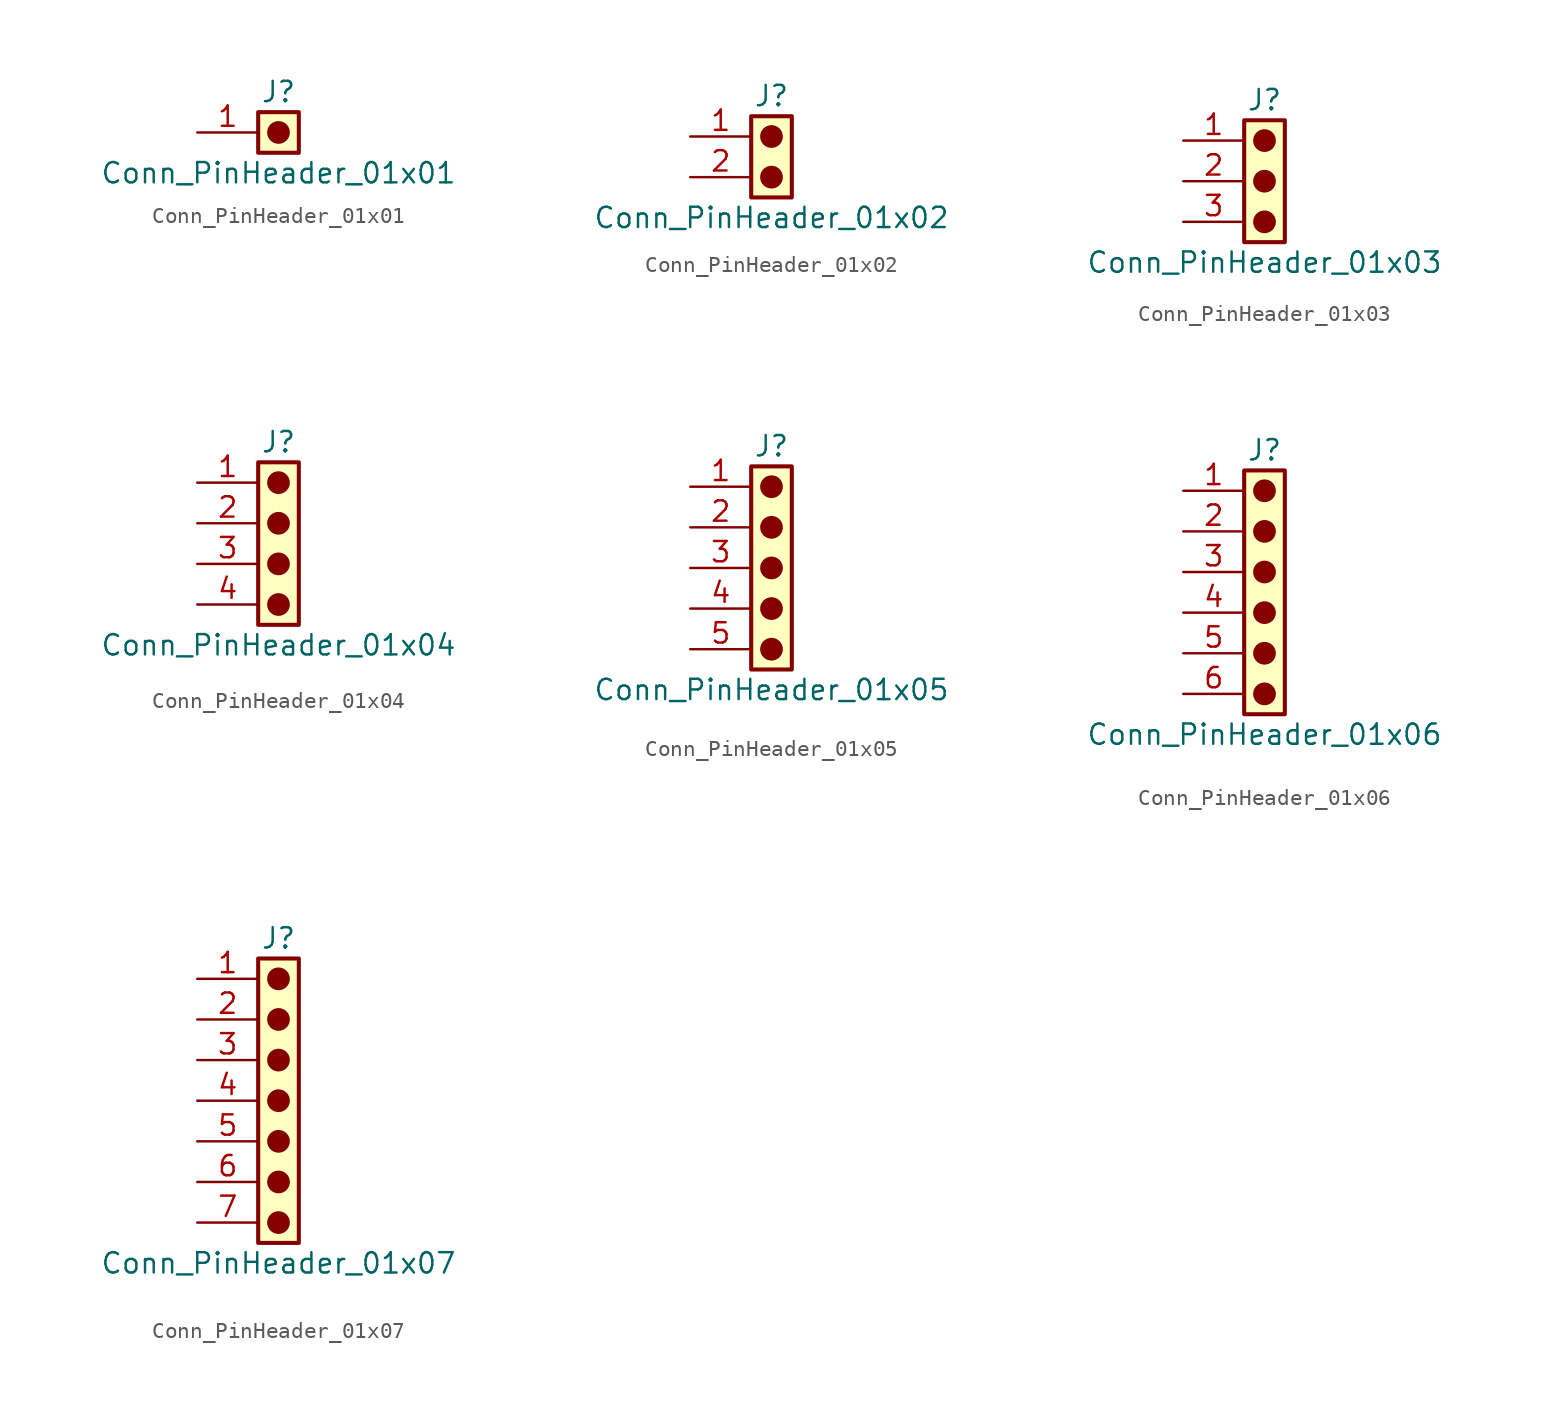
<source format=kicad_sym>
(kicad_symbol_lib
  (version 20241209)
  (generator "kicad_symbol_editor")
  (generator_version "9.0")
  (symbol "Conn_PinHeader_01x01"
    (pin_names
      (offset 1.016)
      (hide yes))
    (property "Reference" "J"
      (at 0 2.54 0)
      (effects (font (size 1.27 1.27))))
    (property "Value" "Conn_PinHeader_01x01"
      (at 0 -2.54 0)
      (effects (font (size 1.27 1.27))))
    (symbol "Conn_PinHeader_01x01_1_1"
      (rectangle (start -1.27 1.27) (end 1.27 -1.27) (stroke (width 0.254) (type default)) (fill (type background)))
      (circle (center 0 0) (radius 0.635) (stroke (width 0) (type solid) (color 132 0 0 1)) (fill (type outline)))
      (pin passive line (at -5.08 0 0) (length 3.81) (name "Pin_1" (effects (font (size 1.27 1.27)))) (number "1" (effects (font (size 1.27 1.27)))))))
  (symbol "Conn_PinHeader_01x02"
    (pin_names
      (offset 1.016)
      (hide yes))
    (property "Reference" "J"
      (at 0 2.54 0)
      (effects (font (size 1.27 1.27))))
    (property "Value" "Conn_PinHeader_01x02"
      (at 0 -5.08 0)
      (effects (font (size 1.27 1.27))))
    (symbol "Conn_PinHeader_01x02_1_1"
      (rectangle (start -1.27 1.27) (end 1.27 -3.81) (stroke (width 0.254) (type default)) (fill (type background)))
      (circle (center 0 0) (radius 0.635) (stroke (width 0) (type solid) (color 132 0 0 1)) (fill (type outline)))
      (circle (center 0 -2.54) (radius 0.635) (stroke (width 0) (type solid) (color 132 0 0 1)) (fill (type outline)))
      (pin passive line (at -5.08 0 0) (length 3.81) (name "Pin_1" (effects (font (size 1.27 1.27)))) (number "1" (effects (font (size 1.27 1.27)))))
      (pin passive line (at -5.08 -2.54 0) (length 3.81) (name "Pin_2" (effects (font (size 1.27 1.27)))) (number "2" (effects (font (size 1.27 1.27)))))))
  (symbol "Conn_PinHeader_01x03"
    (pin_names
      (offset 1.016)
      (hide yes))
    (property "Reference" "J"
      (at 0 5.08 0)
      (effects (font (size 1.27 1.27))))
    (property "Value" "Conn_PinHeader_01x03"
      (at 0 -5.08 0)
      (effects (font (size 1.27 1.27))))
    (symbol "Conn_PinHeader_01x03_1_1"
      (rectangle (start -1.27 3.81) (end 1.27 -3.81) (stroke (width 0.254) (type default)) (fill (type background)))
      (circle (center 0 2.54) (radius 0.635) (stroke (width 0) (type solid) (color 132 0 0 1)) (fill (type outline)))
      (circle (center 0 0) (radius 0.635) (stroke (width 0) (type solid) (color 132 0 0 1)) (fill (type outline)))
      (circle (center 0 -2.54) (radius 0.635) (stroke (width 0) (type solid) (color 132 0 0 1)) (fill (type outline)))
      (pin passive line (at -5.08 2.54 0) (length 3.81) (name "Pin_1" (effects (font (size 1.27 1.27)))) (number "1" (effects (font (size 1.27 1.27)))))
      (pin passive line (at -5.08 0 0) (length 3.81) (name "Pin_2" (effects (font (size 1.27 1.27)))) (number "2" (effects (font (size 1.27 1.27)))))
      (pin passive line (at -5.08 -2.54 0) (length 3.81) (name "Pin_3" (effects (font (size 1.27 1.27)))) (number "3" (effects (font (size 1.27 1.27)))))))
  (symbol "Conn_PinHeader_01x04"
    (pin_names
      (offset 1.016)
      (hide yes))
    (property "Reference" "J"
      (at 0 5.08 0)
      (effects (font (size 1.27 1.27))))
    (property "Value" "Conn_PinHeader_01x04"
      (at 0 -7.62 0)
      (effects (font (size 1.27 1.27))))
    (symbol "Conn_PinHeader_01x04_1_1"
      (rectangle (start -1.27 3.81) (end 1.27 -6.35) (stroke (width 0.254) (type default)) (fill (type background)))
      (circle (center 0 2.54) (radius 0.635) (stroke (width 0) (type solid) (color 132 0 0 1)) (fill (type outline)))
      (circle (center 0 0) (radius 0.635) (stroke (width 0) (type solid) (color 132 0 0 1)) (fill (type outline)))
      (circle (center 0 -2.54) (radius 0.635) (stroke (width 0) (type solid) (color 132 0 0 1)) (fill (type outline)))
      (circle (center 0 -5.08) (radius 0.635) (stroke (width 0) (type solid) (color 132 0 0 1)) (fill (type outline)))
      (pin passive line (at -5.08 2.54 0) (length 3.81) (name "Pin_1" (effects (font (size 1.27 1.27)))) (number "1" (effects (font (size 1.27 1.27)))))
      (pin passive line (at -5.08 0 0) (length 3.81) (name "Pin_2" (effects (font (size 1.27 1.27)))) (number "2" (effects (font (size 1.27 1.27)))))
      (pin passive line (at -5.08 -2.54 0) (length 3.81) (name "Pin_3" (effects (font (size 1.27 1.27)))) (number "3" (effects (font (size 1.27 1.27)))))
      (pin passive line (at -5.08 -5.08 0) (length 3.81) (name "Pin_4" (effects (font (size 1.27 1.27)))) (number "4" (effects (font (size 1.27 1.27)))))))
  (symbol "Conn_PinHeader_01x05"
    (pin_names
      (offset 1.016)
      (hide yes))
    (property "Reference" "J"
      (at 0 7.62 0)
      (effects (font (size 1.27 1.27))))
    (property "Value" "Conn_PinHeader_01x05"
      (at 0 -7.62 0)
      (effects (font (size 1.27 1.27))))
    (symbol "Conn_PinHeader_01x05_1_1"
      (rectangle (start -1.27 6.35) (end 1.27 -6.35) (stroke (width 0.254) (type default)) (fill (type background)))
      (circle (center 0 5.08) (radius 0.635) (stroke (width 0) (type solid) (color 132 0 0 1)) (fill (type outline)))
      (circle (center 0 2.54) (radius 0.635) (stroke (width 0) (type solid) (color 132 0 0 1)) (fill (type outline)))
      (circle (center 0 0) (radius 0.635) (stroke (width 0) (type solid) (color 132 0 0 1)) (fill (type outline)))
      (circle (center 0 -2.54) (radius 0.635) (stroke (width 0) (type solid) (color 132 0 0 1)) (fill (type outline)))
      (circle (center 0 -5.08) (radius 0.635) (stroke (width 0) (type solid) (color 132 0 0 1)) (fill (type outline)))
      (pin passive line (at -5.08 5.08 0) (length 3.81) (name "Pin_1" (effects (font (size 1.27 1.27)))) (number "1" (effects (font (size 1.27 1.27)))))
      (pin passive line (at -5.08 2.54 0) (length 3.81) (name "Pin_2" (effects (font (size 1.27 1.27)))) (number "2" (effects (font (size 1.27 1.27)))))
      (pin passive line (at -5.08 0 0) (length 3.81) (name "Pin_3" (effects (font (size 1.27 1.27)))) (number "3" (effects (font (size 1.27 1.27)))))
      (pin passive line (at -5.08 -2.54 0) (length 3.81) (name "Pin_4" (effects (font (size 1.27 1.27)))) (number "4" (effects (font (size 1.27 1.27)))))
      (pin passive line (at -5.08 -5.08 0) (length 3.81) (name "Pin_5" (effects (font (size 1.27 1.27)))) (number "5" (effects (font (size 1.27 1.27)))))))
  (symbol "Conn_PinHeader_01x06"
    (pin_names
      (offset 1.016)
      (hide yes))
    (property "Reference" "J"
      (at 0 7.62 0)
      (effects (font (size 1.27 1.27))))
    (property "Value" "Conn_PinHeader_01x06"
      (at 0 -10.16 0)
      (effects (font (size 1.27 1.27))))
    (symbol "Conn_PinHeader_01x06_1_1"
      (rectangle (start -1.27 6.35) (end 1.27 -8.89) (stroke (width 0.254) (type default)) (fill (type background)))
      (circle (center 0 5.08) (radius 0.635) (stroke (width 0) (type solid) (color 132 0 0 1)) (fill (type outline)))
      (circle (center 0 2.54) (radius 0.635) (stroke (width 0) (type solid) (color 132 0 0 1)) (fill (type outline)))
      (circle (center 0 0) (radius 0.635) (stroke (width 0) (type solid) (color 132 0 0 1)) (fill (type outline)))
      (circle (center 0 -2.54) (radius 0.635) (stroke (width 0) (type solid) (color 132 0 0 1)) (fill (type outline)))
      (circle (center 0 -5.08) (radius 0.635) (stroke (width 0) (type solid) (color 132 0 0 1)) (fill (type outline)))
      (circle (center 0 -7.62) (radius 0.635) (stroke (width 0) (type solid) (color 132 0 0 1)) (fill (type outline)))
      (pin passive line (at -5.08 5.08 0) (length 3.81) (name "Pin_1" (effects (font (size 1.27 1.27)))) (number "1" (effects (font (size 1.27 1.27)))))
      (pin passive line (at -5.08 2.54 0) (length 3.81) (name "Pin_2" (effects (font (size 1.27 1.27)))) (number "2" (effects (font (size 1.27 1.27)))))
      (pin passive line (at -5.08 0 0) (length 3.81) (name "Pin_3" (effects (font (size 1.27 1.27)))) (number "3" (effects (font (size 1.27 1.27)))))
      (pin passive line (at -5.08 -2.54 0) (length 3.81) (name "Pin_4" (effects (font (size 1.27 1.27)))) (number "4" (effects (font (size 1.27 1.27)))))
      (pin passive line (at -5.08 -5.08 0) (length 3.81) (name "Pin_5" (effects (font (size 1.27 1.27)))) (number "5" (effects (font (size 1.27 1.27)))))
      (pin passive line (at -5.08 -7.62 0) (length 3.81) (name "Pin_6" (effects (font (size 1.27 1.27)))) (number "6" (effects (font (size 1.27 1.27)))))))
  (symbol "Conn_PinHeader_01x07"
    (pin_names
      (offset 1.016)
      (hide yes))
    (property "Reference" "J"
      (at 0 10.16 0)
      (effects (font (size 1.27 1.27))))
    (property "Value" "Conn_PinHeader_01x07"
      (at 0 -10.16 0)
      (effects (font (size 1.27 1.27))))
    (symbol "Conn_PinHeader_01x07_1_1"
      (rectangle (start -1.27 8.89) (end 1.27 -8.89) (stroke (width 0.254) (type default)) (fill (type background)))
      (circle (center 0 7.62) (radius 0.635) (stroke (width 0) (type solid) (color 132 0 0 1)) (fill (type outline)))
      (circle (center 0 5.08) (radius 0.635) (stroke (width 0) (type solid) (color 132 0 0 1)) (fill (type outline)))
      (circle (center 0 2.54) (radius 0.635) (stroke (width 0) (type solid) (color 132 0 0 1)) (fill (type outline)))
      (circle (center 0 0) (radius 0.635) (stroke (width 0) (type solid) (color 132 0 0 1)) (fill (type outline)))
      (circle (center 0 -2.54) (radius 0.635) (stroke (width 0) (type solid) (color 132 0 0 1)) (fill (type outline)))
      (circle (center 0 -5.08) (radius 0.635) (stroke (width 0) (type solid) (color 132 0 0 1)) (fill (type outline)))
      (circle (center 0 -7.62) (radius 0.635) (stroke (width 0) (type solid) (color 132 0 0 1)) (fill (type outline)))
      (pin passive line (at -5.08 7.62 0) (length 3.81) (name "Pin_1" (effects (font (size 1.27 1.27)))) (number "1" (effects (font (size 1.27 1.27)))))
      (pin passive line (at -5.08 5.08 0) (length 3.81) (name "Pin_2" (effects (font (size 1.27 1.27)))) (number "2" (effects (font (size 1.27 1.27)))))
      (pin passive line (at -5.08 2.54 0) (length 3.81) (name "Pin_3" (effects (font (size 1.27 1.27)))) (number "3" (effects (font (size 1.27 1.27)))))
      (pin passive line (at -5.08 0 0) (length 3.81) (name "Pin_4" (effects (font (size 1.27 1.27)))) (number "4" (effects (font (size 1.27 1.27)))))
      (pin passive line (at -5.08 -2.54 0) (length 3.81) (name "Pin_5" (effects (font (size 1.27 1.27)))) (number "5" (effects (font (size 1.27 1.27)))))
      (pin passive line (at -5.08 -5.08 0) (length 3.81) (name "Pin_6" (effects (font (size 1.27 1.27)))) (number "6" (effects (font (size 1.27 1.27)))))
      (pin passive line (at -5.08 -7.62 0) (length 3.81) (name "Pin_7" (effects (font (size 1.27 1.27)))) (number "7" (effects (font (size 1.27 1.27))))))))
</source>
